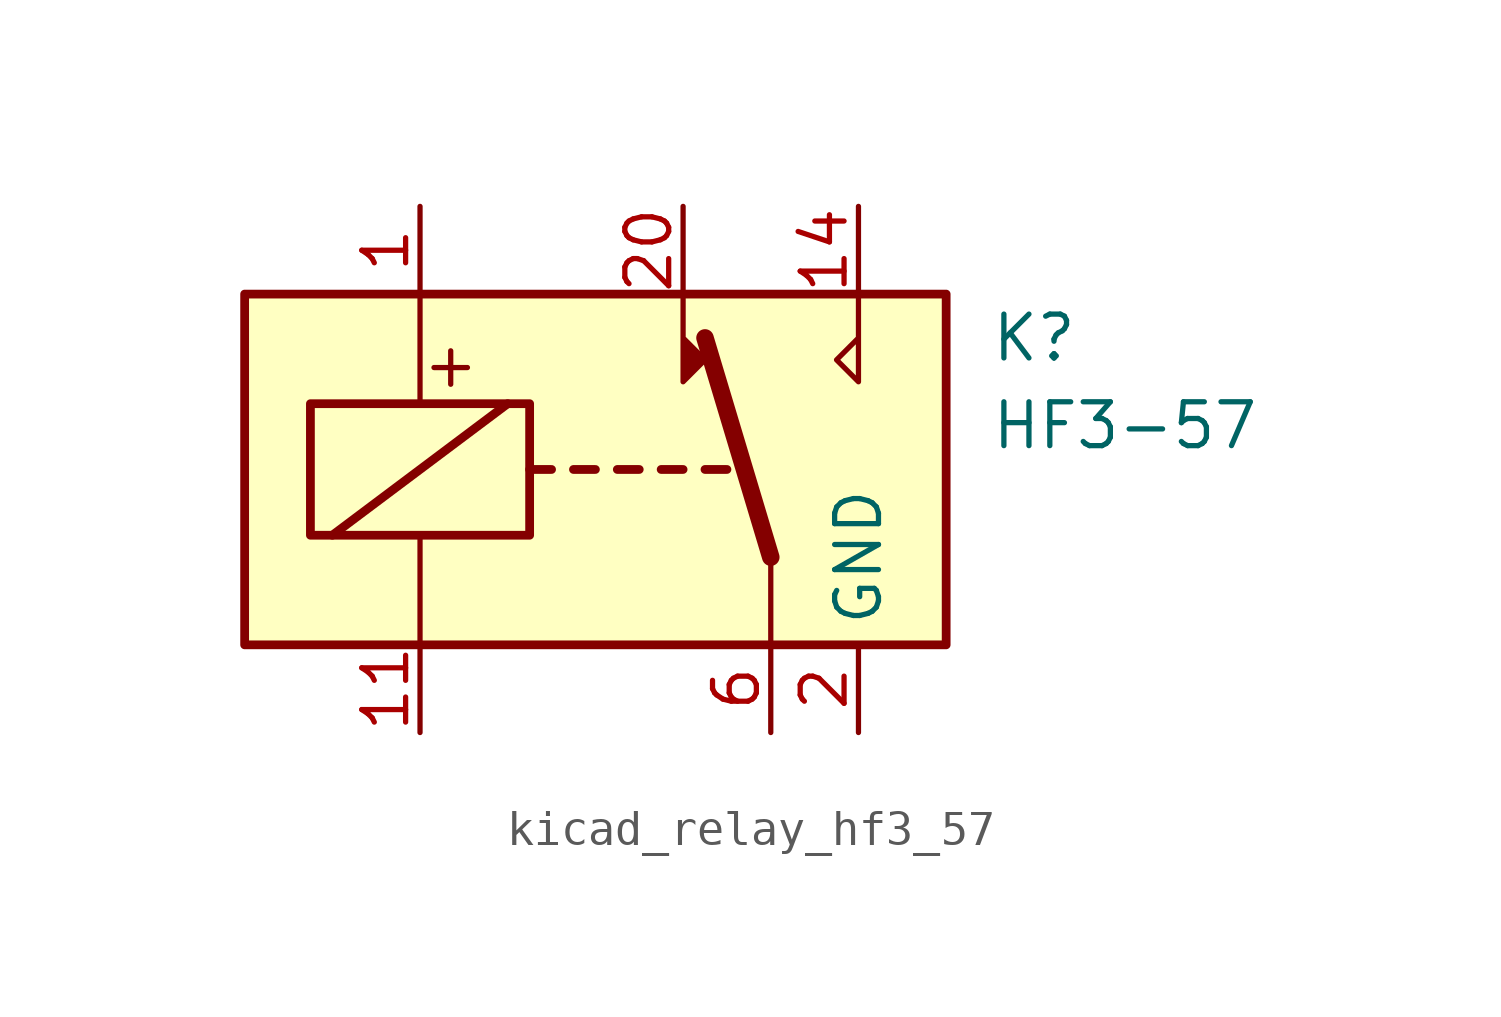
<source format=kicad_sym>
(kicad_symbol_lib
  (version 20220914)
  (generator kicad_symbol_editor)
  (symbol "kicad_relay_hf3_57"
    (property "Reference" "K"
      (at 11.43 3.81 0)
      (effects (font (size 1.27 1.27)) (justify left)))
    (property "Value" "HF3-57"
      (at 11.43 1.27 0)
      (effects (font (size 1.27 1.27)) (justify left)))
    (symbol "kicad_relay_hf3_57_0_0"
      (polyline (pts (xy 7.62 5.08) (xy 7.62 2.54) (xy 6.985 3.175) (xy 7.62 3.81)) (stroke (width 0) (type default)) (fill (type none)))
      (text "+" (at -4.191 3.048 0) (effects (font (size 1.27 1.27)))))
    (symbol "kicad_relay_hf3_57_0_1"
      (rectangle (start -10.16 5.08) (end 10.16 -5.08) (stroke (width 0.254) (type default)) (fill (type background)))
      (rectangle (start -8.255 1.905) (end -1.905 -1.905) (stroke (width 0.254) (type default)) (fill (type none)))
      (polyline (pts (xy -7.62 -1.905) (xy -2.54 1.905)) (stroke (width 0.254) (type default)) (fill (type none)))
      (polyline (pts (xy -5.08 -5.08) (xy -5.08 -1.905)) (stroke (width 0) (type default)) (fill (type none)))
      (polyline (pts (xy -5.08 5.08) (xy -5.08 1.905)) (stroke (width 0) (type default)) (fill (type none)))
      (polyline (pts (xy -1.905 0) (xy -1.27 0)) (stroke (width 0.254) (type default)) (fill (type none)))
      (polyline (pts (xy -0.635 0) (xy 0 0)) (stroke (width 0.254) (type default)) (fill (type none)))
      (polyline (pts (xy 0.635 0) (xy 1.27 0)) (stroke (width 0.254) (type default)) (fill (type none)))
      (polyline (pts (xy 1.905 0) (xy 2.54 0)) (stroke (width 0.254) (type default)) (fill (type none)))
      (polyline (pts (xy 3.175 0) (xy 3.81 0)) (stroke (width 0.254) (type default)) (fill (type none)))
      (polyline (pts (xy 5.08 -2.54) (xy 3.175 3.81)) (stroke (width 0.508) (type default)) (fill (type none)))
      (polyline (pts (xy 5.08 -2.54) (xy 5.08 -5.08)) (stroke (width 0) (type default)) (fill (type none)))
      (polyline (pts (xy 2.54 5.08) (xy 2.54 2.54) (xy 3.175 3.175) (xy 2.54 3.81)) (stroke (width 0) (type default)) (fill (type outline))))
    (symbol "kicad_relay_hf3_57_1_1"
      (pin passive line (at -5.08 7.62 270) (length 2.54) (name "~" (effects (font (size 1.27 1.27)))) (number "1" (effects (font (size 1.27 1.27)))))
      (pin passive line (at 7.62 -7.62 90) (length 2.54) hide (name "GND" (effects (font (size 1.27 1.27)))) (number "10" (effects (font (size 1.27 1.27)))))
      (pin passive line (at -5.08 -7.62 90) (length 2.54) (name "~" (effects (font (size 1.27 1.27)))) (number "11" (effects (font (size 1.27 1.27)))))
      (pin passive line (at 7.62 -7.62 90) (length 2.54) hide (name "GND" (effects (font (size 1.27 1.27)))) (number "12" (effects (font (size 1.27 1.27)))))
      (pin passive line (at 7.62 -7.62 90) (length 2.54) hide (name "GND" (effects (font (size 1.27 1.27)))) (number "13" (effects (font (size 1.27 1.27)))))
      (pin passive line (at 7.62 7.62 270) (length 2.54) (name "~" (effects (font (size 1.27 1.27)))) (number "14" (effects (font (size 1.27 1.27)))))
      (pin passive line (at 7.62 -7.62 90) (length 2.54) hide (name "GND" (effects (font (size 1.27 1.27)))) (number "15" (effects (font (size 1.27 1.27)))))
      (pin passive line (at 7.62 -7.62 90) (length 2.54) hide (name "GND" (effects (font (size 1.27 1.27)))) (number "17" (effects (font (size 1.27 1.27)))))
      (pin passive line (at 7.62 -7.62 90) (length 2.54) hide (name "GND" (effects (font (size 1.27 1.27)))) (number "19" (effects (font (size 1.27 1.27)))))
      (pin power_in line (at 7.62 -7.62 90) (length 2.54) (name "GND" (effects (font (size 1.27 1.27)))) (number "2" (effects (font (size 1.27 1.27)))))
      (pin passive line (at 2.54 7.62 270) (length 2.54) (name "~" (effects (font (size 1.27 1.27)))) (number "20" (effects (font (size 1.27 1.27)))))
      (pin passive line (at 7.62 -7.62 90) (length 2.54) hide (name "GND" (effects (font (size 1.27 1.27)))) (number "21" (effects (font (size 1.27 1.27)))))
      (pin passive line (at 7.62 -7.62 90) (length 2.54) hide (name "GND" (effects (font (size 1.27 1.27)))) (number "22" (effects (font (size 1.27 1.27)))))
      (pin passive line (at 7.62 -7.62 90) (length 2.54) hide (name "GND" (effects (font (size 1.27 1.27)))) (number "5" (effects (font (size 1.27 1.27)))))
      (pin passive line (at 5.08 -7.62 90) (length 2.54) (name "~" (effects (font (size 1.27 1.27)))) (number "6" (effects (font (size 1.27 1.27)))))
      (pin passive line (at 7.62 -7.62 90) (length 2.54) hide (name "GND" (effects (font (size 1.27 1.27)))) (number "7" (effects (font (size 1.27 1.27))))))))
</source>
